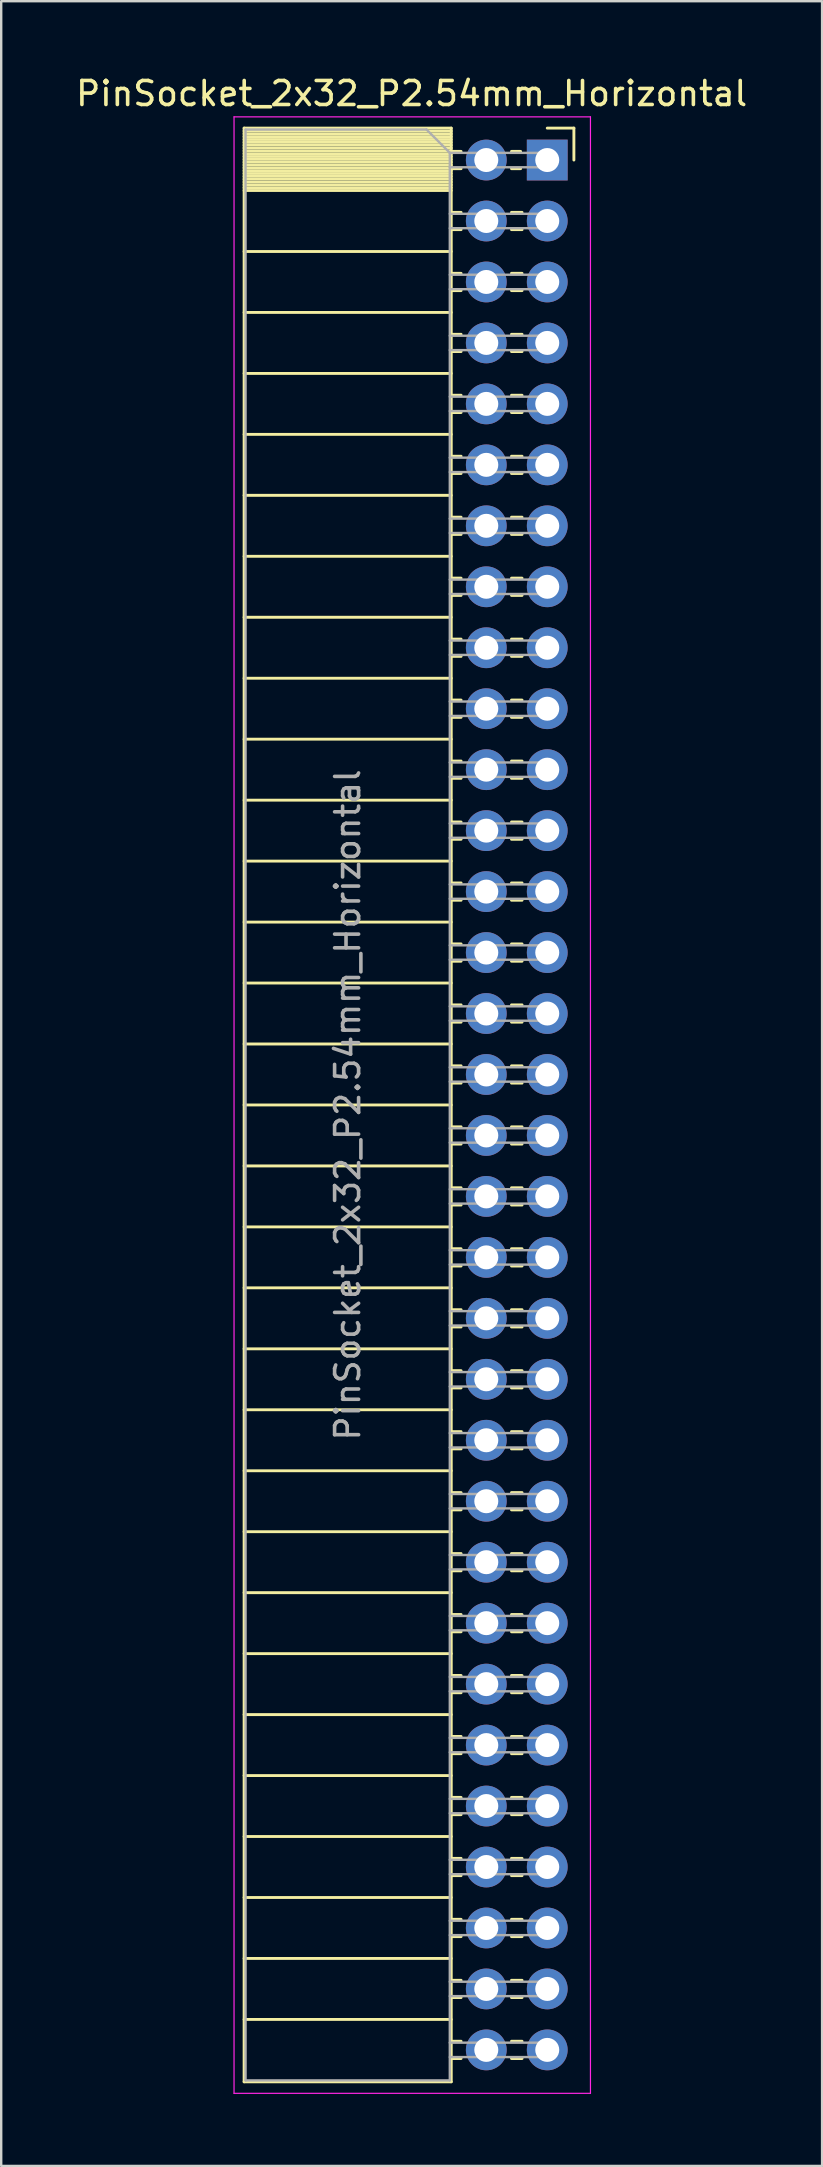
<source format=kicad_pcb>
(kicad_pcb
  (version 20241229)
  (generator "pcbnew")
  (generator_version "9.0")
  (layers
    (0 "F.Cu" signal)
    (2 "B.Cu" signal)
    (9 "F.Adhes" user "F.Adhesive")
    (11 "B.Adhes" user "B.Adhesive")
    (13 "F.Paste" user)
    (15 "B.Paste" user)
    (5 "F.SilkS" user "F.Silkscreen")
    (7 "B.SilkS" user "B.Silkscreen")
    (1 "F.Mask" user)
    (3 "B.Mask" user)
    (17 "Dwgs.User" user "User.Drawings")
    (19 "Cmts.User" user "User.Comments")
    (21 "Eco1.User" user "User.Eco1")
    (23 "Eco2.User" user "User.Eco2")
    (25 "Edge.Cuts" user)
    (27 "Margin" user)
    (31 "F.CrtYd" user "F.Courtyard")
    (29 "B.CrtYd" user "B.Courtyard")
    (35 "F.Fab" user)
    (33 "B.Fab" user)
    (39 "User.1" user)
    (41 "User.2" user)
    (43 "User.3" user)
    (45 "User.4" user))
  (footprint "PinSocket_2x32_P2.54mm_Horizontal"
    (layer "F.Cu")
    (at 19.751 3.618)
    (property "Reference" "PinSocket_2x32_P2.54mm_Horizontal" (at -5.65 -2.77 0) (layer "F.SilkS") (effects (font (size 1 1) (thickness 0.15))))
    (attr through_hole)
    (fp_line (start -12.63 -1.33) (end -12.63 80.07) (stroke (width 0.12) (type solid)) (layer "F.SilkS"))
    (fp_line (start -12.63 -1.33) (end -4 -1.33) (stroke (width 0.12) (type solid)) (layer "F.SilkS"))
    (fp_line (start -12.63 -1.21) (end -4 -1.21) (stroke (width 0.12) (type solid)) (layer "F.SilkS"))
    (fp_line (start -12.63 -1.092) (end -4 -1.092) (stroke (width 0.12) (type solid)) (layer "F.SilkS"))
    (fp_line (start -12.63 -0.974) (end -4 -0.974) (stroke (width 0.12) (type solid)) (layer "F.SilkS"))
    (fp_line (start -12.63 -0.856) (end -4 -0.856) (stroke (width 0.12) (type solid)) (layer "F.SilkS"))
    (fp_line (start -12.63 -0.738) (end -4 -0.738) (stroke (width 0.12) (type solid)) (layer "F.SilkS"))
    (fp_line (start -12.63 -0.62) (end -4 -0.62) (stroke (width 0.12) (type solid)) (layer "F.SilkS"))
    (fp_line (start -12.63 -0.501) (end -4 -0.501) (stroke (width 0.12) (type solid)) (layer "F.SilkS"))
    (fp_line (start -12.63 -0.383) (end -4 -0.383) (stroke (width 0.12) (type solid)) (layer "F.SilkS"))
    (fp_line (start -12.63 -0.265) (end -4 -0.265) (stroke (width 0.12) (type solid)) (layer "F.SilkS"))
    (fp_line (start -12.63 -0.147) (end -4 -0.147) (stroke (width 0.12) (type solid)) (layer "F.SilkS"))
    (fp_line (start -12.63 -0.029) (end -4 -0.029) (stroke (width 0.12) (type solid)) (layer "F.SilkS"))
    (fp_line (start -12.63 0.089) (end -4 0.089) (stroke (width 0.12) (type solid)) (layer "F.SilkS"))
    (fp_line (start -12.63 0.207) (end -4 0.207) (stroke (width 0.12) (type solid)) (layer "F.SilkS"))
    (fp_line (start -12.63 0.325) (end -4 0.325) (stroke (width 0.12) (type solid)) (layer "F.SilkS"))
    (fp_line (start -12.63 0.443) (end -4 0.443) (stroke (width 0.12) (type solid)) (layer "F.SilkS"))
    (fp_line (start -12.63 0.561) (end -4 0.561) (stroke (width 0.12) (type solid)) (layer "F.SilkS"))
    (fp_line (start -12.63 0.68) (end -4 0.68) (stroke (width 0.12) (type solid)) (layer "F.SilkS"))
    (fp_line (start -12.63 0.798) (end -4 0.798) (stroke (width 0.12) (type solid)) (layer "F.SilkS"))
    (fp_line (start -12.63 0.916) (end -4 0.916) (stroke (width 0.12) (type solid)) (layer "F.SilkS"))
    (fp_line (start -12.63 1.034) (end -4 1.034) (stroke (width 0.12) (type solid)) (layer "F.SilkS"))
    (fp_line (start -12.63 1.152) (end -4 1.152) (stroke (width 0.12) (type solid)) (layer "F.SilkS"))
    (fp_line (start -12.63 1.27) (end -4 1.27) (stroke (width 0.12) (type solid)) (layer "F.SilkS"))
    (fp_line (start -12.63 3.81) (end -4 3.81) (stroke (width 0.12) (type solid)) (layer "F.SilkS"))
    (fp_line (start -12.63 6.35) (end -4 6.35) (stroke (width 0.12) (type solid)) (layer "F.SilkS"))
    (fp_line (start -12.63 8.89) (end -4 8.89) (stroke (width 0.12) (type solid)) (layer "F.SilkS"))
    (fp_line (start -12.63 11.43) (end -4 11.43) (stroke (width 0.12) (type solid)) (layer "F.SilkS"))
    (fp_line (start -12.63 13.97) (end -4 13.97) (stroke (width 0.12) (type solid)) (layer "F.SilkS"))
    (fp_line (start -12.63 16.51) (end -4 16.51) (stroke (width 0.12) (type solid)) (layer "F.SilkS"))
    (fp_line (start -12.63 19.05) (end -4 19.05) (stroke (width 0.12) (type solid)) (layer "F.SilkS"))
    (fp_line (start -12.63 21.59) (end -4 21.59) (stroke (width 0.12) (type solid)) (layer "F.SilkS"))
    (fp_line (start -12.63 24.13) (end -4 24.13) (stroke (width 0.12) (type solid)) (layer "F.SilkS"))
    (fp_line (start -12.63 26.67) (end -4 26.67) (stroke (width 0.12) (type solid)) (layer "F.SilkS"))
    (fp_line (start -12.63 29.21) (end -4 29.21) (stroke (width 0.12) (type solid)) (layer "F.SilkS"))
    (fp_line (start -12.63 31.75) (end -4 31.75) (stroke (width 0.12) (type solid)) (layer "F.SilkS"))
    (fp_line (start -12.63 34.29) (end -4 34.29) (stroke (width 0.12) (type solid)) (layer "F.SilkS"))
    (fp_line (start -12.63 36.83) (end -4 36.83) (stroke (width 0.12) (type solid)) (layer "F.SilkS"))
    (fp_line (start -12.63 39.37) (end -4 39.37) (stroke (width 0.12) (type solid)) (layer "F.SilkS"))
    (fp_line (start -12.63 41.91) (end -4 41.91) (stroke (width 0.12) (type solid)) (layer "F.SilkS"))
    (fp_line (start -12.63 44.45) (end -4 44.45) (stroke (width 0.12) (type solid)) (layer "F.SilkS"))
    (fp_line (start -12.63 46.99) (end -4 46.99) (stroke (width 0.12) (type solid)) (layer "F.SilkS"))
    (fp_line (start -12.63 49.53) (end -4 49.53) (stroke (width 0.12) (type solid)) (layer "F.SilkS"))
    (fp_line (start -12.63 52.07) (end -4 52.07) (stroke (width 0.12) (type solid)) (layer "F.SilkS"))
    (fp_line (start -12.63 54.61) (end -4 54.61) (stroke (width 0.12) (type solid)) (layer "F.SilkS"))
    (fp_line (start -12.63 57.15) (end -4 57.15) (stroke (width 0.12) (type solid)) (layer "F.SilkS"))
    (fp_line (start -12.63 59.69) (end -4 59.69) (stroke (width 0.12) (type solid)) (layer "F.SilkS"))
    (fp_line (start -12.63 62.23) (end -4 62.23) (stroke (width 0.12) (type solid)) (layer "F.SilkS"))
    (fp_line (start -12.63 64.77) (end -4 64.77) (stroke (width 0.12) (type solid)) (layer "F.SilkS"))
    (fp_line (start -12.63 67.31) (end -4 67.31) (stroke (width 0.12) (type solid)) (layer "F.SilkS"))
    (fp_line (start -12.63 69.85) (end -4 69.85) (stroke (width 0.12) (type solid)) (layer "F.SilkS"))
    (fp_line (start -12.63 72.39) (end -4 72.39) (stroke (width 0.12) (type solid)) (layer "F.SilkS"))
    (fp_line (start -12.63 74.93) (end -4 74.93) (stroke (width 0.12) (type solid)) (layer "F.SilkS"))
    (fp_line (start -12.63 77.47) (end -4 77.47) (stroke (width 0.12) (type solid)) (layer "F.SilkS"))
    (fp_line (start -12.63 80.07) (end -4 80.07) (stroke (width 0.12) (type solid)) (layer "F.SilkS"))
    (fp_line (start -4 -1.33) (end -4 80.07) (stroke (width 0.12) (type solid)) (layer "F.SilkS"))
    (fp_line (start -4 -0.36) (end -3.59 -0.36) (stroke (width 0.12) (type solid)) (layer "F.SilkS"))
    (fp_line (start -4 0.36) (end -3.59 0.36) (stroke (width 0.12) (type solid)) (layer "F.SilkS"))
    (fp_line (start -4 2.18) (end -3.59 2.18) (stroke (width 0.12) (type solid)) (layer "F.SilkS"))
    (fp_line (start -4 2.9) (end -3.59 2.9) (stroke (width 0.12) (type solid)) (layer "F.SilkS"))
    (fp_line (start -4 4.72) (end -3.59 4.72) (stroke (width 0.12) (type solid)) (layer "F.SilkS"))
    (fp_line (start -4 5.44) (end -3.59 5.44) (stroke (width 0.12) (type solid)) (layer "F.SilkS"))
    (fp_line (start -4 7.26) (end -3.59 7.26) (stroke (width 0.12) (type solid)) (layer "F.SilkS"))
    (fp_line (start -4 7.98) (end -3.59 7.98) (stroke (width 0.12) (type solid)) (layer "F.SilkS"))
    (fp_line (start -4 9.8) (end -3.59 9.8) (stroke (width 0.12) (type solid)) (layer "F.SilkS"))
    (fp_line (start -4 10.52) (end -3.59 10.52) (stroke (width 0.12) (type solid)) (layer "F.SilkS"))
    (fp_line (start -4 12.34) (end -3.59 12.34) (stroke (width 0.12) (type solid)) (layer "F.SilkS"))
    (fp_line (start -4 13.06) (end -3.59 13.06) (stroke (width 0.12) (type solid)) (layer "F.SilkS"))
    (fp_line (start -4 14.88) (end -3.59 14.88) (stroke (width 0.12) (type solid)) (layer "F.SilkS"))
    (fp_line (start -4 15.6) (end -3.59 15.6) (stroke (width 0.12) (type solid)) (layer "F.SilkS"))
    (fp_line (start -4 17.42) (end -3.59 17.42) (stroke (width 0.12) (type solid)) (layer "F.SilkS"))
    (fp_line (start -4 18.14) (end -3.59 18.14) (stroke (width 0.12) (type solid)) (layer "F.SilkS"))
    (fp_line (start -4 19.96) (end -3.59 19.96) (stroke (width 0.12) (type solid)) (layer "F.SilkS"))
    (fp_line (start -4 20.68) (end -3.59 20.68) (stroke (width 0.12) (type solid)) (layer "F.SilkS"))
    (fp_line (start -4 22.5) (end -3.59 22.5) (stroke (width 0.12) (type solid)) (layer "F.SilkS"))
    (fp_line (start -4 23.22) (end -3.59 23.22) (stroke (width 0.12) (type solid)) (layer "F.SilkS"))
    (fp_line (start -4 25.04) (end -3.59 25.04) (stroke (width 0.12) (type solid)) (layer "F.SilkS"))
    (fp_line (start -4 25.76) (end -3.59 25.76) (stroke (width 0.12) (type solid)) (layer "F.SilkS"))
    (fp_line (start -4 27.58) (end -3.59 27.58) (stroke (width 0.12) (type solid)) (layer "F.SilkS"))
    (fp_line (start -4 28.3) (end -3.59 28.3) (stroke (width 0.12) (type solid)) (layer "F.SilkS"))
    (fp_line (start -4 30.12) (end -3.59 30.12) (stroke (width 0.12) (type solid)) (layer "F.SilkS"))
    (fp_line (start -4 30.84) (end -3.59 30.84) (stroke (width 0.12) (type solid)) (layer "F.SilkS"))
    (fp_line (start -4 32.66) (end -3.59 32.66) (stroke (width 0.12) (type solid)) (layer "F.SilkS"))
    (fp_line (start -4 33.38) (end -3.59 33.38) (stroke (width 0.12) (type solid)) (layer "F.SilkS"))
    (fp_line (start -4 35.2) (end -3.59 35.2) (stroke (width 0.12) (type solid)) (layer "F.SilkS"))
    (fp_line (start -4 35.92) (end -3.59 35.92) (stroke (width 0.12) (type solid)) (layer "F.SilkS"))
    (fp_line (start -4 37.74) (end -3.59 37.74) (stroke (width 0.12) (type solid)) (layer "F.SilkS"))
    (fp_line (start -4 38.46) (end -3.59 38.46) (stroke (width 0.12) (type solid)) (layer "F.SilkS"))
    (fp_line (start -4 40.28) (end -3.59 40.28) (stroke (width 0.12) (type solid)) (layer "F.SilkS"))
    (fp_line (start -4 41) (end -3.59 41) (stroke (width 0.12) (type solid)) (layer "F.SilkS"))
    (fp_line (start -4 42.82) (end -3.59 42.82) (stroke (width 0.12) (type solid)) (layer "F.SilkS"))
    (fp_line (start -4 43.54) (end -3.59 43.54) (stroke (width 0.12) (type solid)) (layer "F.SilkS"))
    (fp_line (start -4 45.36) (end -3.59 45.36) (stroke (width 0.12) (type solid)) (layer "F.SilkS"))
    (fp_line (start -4 46.08) (end -3.59 46.08) (stroke (width 0.12) (type solid)) (layer "F.SilkS"))
    (fp_line (start -4 47.9) (end -3.59 47.9) (stroke (width 0.12) (type solid)) (layer "F.SilkS"))
    (fp_line (start -4 48.62) (end -3.59 48.62) (stroke (width 0.12) (type solid)) (layer "F.SilkS"))
    (fp_line (start -4 50.44) (end -3.59 50.44) (stroke (width 0.12) (type solid)) (layer "F.SilkS"))
    (fp_line (start -4 51.16) (end -3.59 51.16) (stroke (width 0.12) (type solid)) (layer "F.SilkS"))
    (fp_line (start -4 52.98) (end -3.59 52.98) (stroke (width 0.12) (type solid)) (layer "F.SilkS"))
    (fp_line (start -4 53.7) (end -3.59 53.7) (stroke (width 0.12) (type solid)) (layer "F.SilkS"))
    (fp_line (start -4 55.52) (end -3.59 55.52) (stroke (width 0.12) (type solid)) (layer "F.SilkS"))
    (fp_line (start -4 56.24) (end -3.59 56.24) (stroke (width 0.12) (type solid)) (layer "F.SilkS"))
    (fp_line (start -4 58.06) (end -3.59 58.06) (stroke (width 0.12) (type solid)) (layer "F.SilkS"))
    (fp_line (start -4 58.78) (end -3.59 58.78) (stroke (width 0.12) (type solid)) (layer "F.SilkS"))
    (fp_line (start -4 60.6) (end -3.59 60.6) (stroke (width 0.12) (type solid)) (layer "F.SilkS"))
    (fp_line (start -4 61.32) (end -3.59 61.32) (stroke (width 0.12) (type solid)) (layer "F.SilkS"))
    (fp_line (start -4 63.14) (end -3.59 63.14) (stroke (width 0.12) (type solid)) (layer "F.SilkS"))
    (fp_line (start -4 63.86) (end -3.59 63.86) (stroke (width 0.12) (type solid)) (layer "F.SilkS"))
    (fp_line (start -4 65.68) (end -3.59 65.68) (stroke (width 0.12) (type solid)) (layer "F.SilkS"))
    (fp_line (start -4 66.4) (end -3.59 66.4) (stroke (width 0.12) (type solid)) (layer "F.SilkS"))
    (fp_line (start -4 68.22) (end -3.59 68.22) (stroke (width 0.12) (type solid)) (layer "F.SilkS"))
    (fp_line (start -4 68.94) (end -3.59 68.94) (stroke (width 0.12) (type solid)) (layer "F.SilkS"))
    (fp_line (start -4 70.76) (end -3.59 70.76) (stroke (width 0.12) (type solid)) (layer "F.SilkS"))
    (fp_line (start -4 71.48) (end -3.59 71.48) (stroke (width 0.12) (type solid)) (layer "F.SilkS"))
    (fp_line (start -4 73.3) (end -3.59 73.3) (stroke (width 0.12) (type solid)) (layer "F.SilkS"))
    (fp_line (start -4 74.02) (end -3.59 74.02) (stroke (width 0.12) (type solid)) (layer "F.SilkS"))
    (fp_line (start -4 75.84) (end -3.59 75.84) (stroke (width 0.12) (type solid)) (layer "F.SilkS"))
    (fp_line (start -4 76.56) (end -3.59 76.56) (stroke (width 0.12) (type solid)) (layer "F.SilkS"))
    (fp_line (start -4 78.38) (end -3.59 78.38) (stroke (width 0.12) (type solid)) (layer "F.SilkS"))
    (fp_line (start -4 79.1) (end -3.59 79.1) (stroke (width 0.12) (type solid)) (layer "F.SilkS"))
    (fp_line (start -1.49 -0.36) (end -1.11 -0.36) (stroke (width 0.12) (type solid)) (layer "F.SilkS"))
    (fp_line (start -1.49 0.36) (end -1.11 0.36) (stroke (width 0.12) (type solid)) (layer "F.SilkS"))
    (fp_line (start -1.49 2.18) (end -1.05 2.18) (stroke (width 0.12) (type solid)) (layer "F.SilkS"))
    (fp_line (start -1.49 2.9) (end -1.05 2.9) (stroke (width 0.12) (type solid)) (layer "F.SilkS"))
    (fp_line (start -1.49 4.72) (end -1.05 4.72) (stroke (width 0.12) (type solid)) (layer "F.SilkS"))
    (fp_line (start -1.49 5.44) (end -1.05 5.44) (stroke (width 0.12) (type solid)) (layer "F.SilkS"))
    (fp_line (start -1.49 7.26) (end -1.05 7.26) (stroke (width 0.12) (type solid)) (layer "F.SilkS"))
    (fp_line (start -1.49 7.98) (end -1.05 7.98) (stroke (width 0.12) (type solid)) (layer "F.SilkS"))
    (fp_line (start -1.49 9.8) (end -1.05 9.8) (stroke (width 0.12) (type solid)) (layer "F.SilkS"))
    (fp_line (start -1.49 10.52) (end -1.05 10.52) (stroke (width 0.12) (type solid)) (layer "F.SilkS"))
    (fp_line (start -1.49 12.34) (end -1.05 12.34) (stroke (width 0.12) (type solid)) (layer "F.SilkS"))
    (fp_line (start -1.49 13.06) (end -1.05 13.06) (stroke (width 0.12) (type solid)) (layer "F.SilkS"))
    (fp_line (start -1.49 14.88) (end -1.05 14.88) (stroke (width 0.12) (type solid)) (layer "F.SilkS"))
    (fp_line (start -1.49 15.6) (end -1.05 15.6) (stroke (width 0.12) (type solid)) (layer "F.SilkS"))
    (fp_line (start -1.49 17.42) (end -1.05 17.42) (stroke (width 0.12) (type solid)) (layer "F.SilkS"))
    (fp_line (start -1.49 18.14) (end -1.05 18.14) (stroke (width 0.12) (type solid)) (layer "F.SilkS"))
    (fp_line (start -1.49 19.96) (end -1.05 19.96) (stroke (width 0.12) (type solid)) (layer "F.SilkS"))
    (fp_line (start -1.49 20.68) (end -1.05 20.68) (stroke (width 0.12) (type solid)) (layer "F.SilkS"))
    (fp_line (start -1.49 22.5) (end -1.05 22.5) (stroke (width 0.12) (type solid)) (layer "F.SilkS"))
    (fp_line (start -1.49 23.22) (end -1.05 23.22) (stroke (width 0.12) (type solid)) (layer "F.SilkS"))
    (fp_line (start -1.49 25.04) (end -1.05 25.04) (stroke (width 0.12) (type solid)) (layer "F.SilkS"))
    (fp_line (start -1.49 25.76) (end -1.05 25.76) (stroke (width 0.12) (type solid)) (layer "F.SilkS"))
    (fp_line (start -1.49 27.58) (end -1.05 27.58) (stroke (width 0.12) (type solid)) (layer "F.SilkS"))
    (fp_line (start -1.49 28.3) (end -1.05 28.3) (stroke (width 0.12) (type solid)) (layer "F.SilkS"))
    (fp_line (start -1.49 30.12) (end -1.05 30.12) (stroke (width 0.12) (type solid)) (layer "F.SilkS"))
    (fp_line (start -1.49 30.84) (end -1.05 30.84) (stroke (width 0.12) (type solid)) (layer "F.SilkS"))
    (fp_line (start -1.49 32.66) (end -1.05 32.66) (stroke (width 0.12) (type solid)) (layer "F.SilkS"))
    (fp_line (start -1.49 33.38) (end -1.05 33.38) (stroke (width 0.12) (type solid)) (layer "F.SilkS"))
    (fp_line (start -1.49 35.2) (end -1.05 35.2) (stroke (width 0.12) (type solid)) (layer "F.SilkS"))
    (fp_line (start -1.49 35.92) (end -1.05 35.92) (stroke (width 0.12) (type solid)) (layer "F.SilkS"))
    (fp_line (start -1.49 37.74) (end -1.05 37.74) (stroke (width 0.12) (type solid)) (layer "F.SilkS"))
    (fp_line (start -1.49 38.46) (end -1.05 38.46) (stroke (width 0.12) (type solid)) (layer "F.SilkS"))
    (fp_line (start -1.49 40.28) (end -1.05 40.28) (stroke (width 0.12) (type solid)) (layer "F.SilkS"))
    (fp_line (start -1.49 41) (end -1.05 41) (stroke (width 0.12) (type solid)) (layer "F.SilkS"))
    (fp_line (start -1.49 42.82) (end -1.05 42.82) (stroke (width 0.12) (type solid)) (layer "F.SilkS"))
    (fp_line (start -1.49 43.54) (end -1.05 43.54) (stroke (width 0.12) (type solid)) (layer "F.SilkS"))
    (fp_line (start -1.49 45.36) (end -1.05 45.36) (stroke (width 0.12) (type solid)) (layer "F.SilkS"))
    (fp_line (start -1.49 46.08) (end -1.05 46.08) (stroke (width 0.12) (type solid)) (layer "F.SilkS"))
    (fp_line (start -1.49 47.9) (end -1.05 47.9) (stroke (width 0.12) (type solid)) (layer "F.SilkS"))
    (fp_line (start -1.49 48.62) (end -1.05 48.62) (stroke (width 0.12) (type solid)) (layer "F.SilkS"))
    (fp_line (start -1.49 50.44) (end -1.05 50.44) (stroke (width 0.12) (type solid)) (layer "F.SilkS"))
    (fp_line (start -1.49 51.16) (end -1.05 51.16) (stroke (width 0.12) (type solid)) (layer "F.SilkS"))
    (fp_line (start -1.49 52.98) (end -1.05 52.98) (stroke (width 0.12) (type solid)) (layer "F.SilkS"))
    (fp_line (start -1.49 53.7) (end -1.05 53.7) (stroke (width 0.12) (type solid)) (layer "F.SilkS"))
    (fp_line (start -1.49 55.52) (end -1.05 55.52) (stroke (width 0.12) (type solid)) (layer "F.SilkS"))
    (fp_line (start -1.49 56.24) (end -1.05 56.24) (stroke (width 0.12) (type solid)) (layer "F.SilkS"))
    (fp_line (start -1.49 58.06) (end -1.05 58.06) (stroke (width 0.12) (type solid)) (layer "F.SilkS"))
    (fp_line (start -1.49 58.78) (end -1.05 58.78) (stroke (width 0.12) (type solid)) (layer "F.SilkS"))
    (fp_line (start -1.49 60.6) (end -1.05 60.6) (stroke (width 0.12) (type solid)) (layer "F.SilkS"))
    (fp_line (start -1.49 61.32) (end -1.05 61.32) (stroke (width 0.12) (type solid)) (layer "F.SilkS"))
    (fp_line (start -1.49 63.14) (end -1.05 63.14) (stroke (width 0.12) (type solid)) (layer "F.SilkS"))
    (fp_line (start -1.49 63.86) (end -1.05 63.86) (stroke (width 0.12) (type solid)) (layer "F.SilkS"))
    (fp_line (start -1.49 65.68) (end -1.05 65.68) (stroke (width 0.12) (type solid)) (layer "F.SilkS"))
    (fp_line (start -1.49 66.4) (end -1.05 66.4) (stroke (width 0.12) (type solid)) (layer "F.SilkS"))
    (fp_line (start -1.49 68.22) (end -1.05 68.22) (stroke (width 0.12) (type solid)) (layer "F.SilkS"))
    (fp_line (start -1.49 68.94) (end -1.05 68.94) (stroke (width 0.12) (type solid)) (layer "F.SilkS"))
    (fp_line (start -1.49 70.76) (end -1.05 70.76) (stroke (width 0.12) (type solid)) (layer "F.SilkS"))
    (fp_line (start -1.49 71.48) (end -1.05 71.48) (stroke (width 0.12) (type solid)) (layer "F.SilkS"))
    (fp_line (start -1.49 73.3) (end -1.05 73.3) (stroke (width 0.12) (type solid)) (layer "F.SilkS"))
    (fp_line (start -1.49 74.02) (end -1.05 74.02) (stroke (width 0.12) (type solid)) (layer "F.SilkS"))
    (fp_line (start -1.49 75.84) (end -1.05 75.84) (stroke (width 0.12) (type solid)) (layer "F.SilkS"))
    (fp_line (start -1.49 76.56) (end -1.05 76.56) (stroke (width 0.12) (type solid)) (layer "F.SilkS"))
    (fp_line (start -1.49 78.38) (end -1.05 78.38) (stroke (width 0.12) (type solid)) (layer "F.SilkS"))
    (fp_line (start -1.49 79.1) (end -1.05 79.1) (stroke (width 0.12) (type solid)) (layer "F.SilkS"))
    (fp_line (start 0 -1.33) (end 1.11 -1.33) (stroke (width 0.12) (type solid)) (layer "F.SilkS"))
    (fp_line (start 1.11 -1.33) (end 1.11 0) (stroke (width 0.12) (type solid)) (layer "F.SilkS"))
    (fp_line (start -13.05 -1.8) (end -13.05 80.55) (stroke (width 0.05) (type solid)) (layer "F.CrtYd"))
    (fp_line (start -13.05 80.55) (end 1.8 80.55) (stroke (width 0.05) (type solid)) (layer "F.CrtYd"))
    (fp_line (start 1.8 -1.8) (end -13.05 -1.8) (stroke (width 0.05) (type solid)) (layer "F.CrtYd"))
    (fp_line (start 1.8 80.55) (end 1.8 -1.8) (stroke (width 0.05) (type solid)) (layer "F.CrtYd"))
    (fp_line (start -12.57 -1.27) (end -5.03 -1.27) (stroke (width 0.1) (type solid)) (layer "F.Fab"))
    (fp_line (start -12.57 80.01) (end -12.57 -1.27) (stroke (width 0.1) (type solid)) (layer "F.Fab"))
    (fp_line (start -5.03 -1.27) (end -4.06 -0.3) (stroke (width 0.1) (type solid)) (layer "F.Fab"))
    (fp_line (start -4.06 -0.3) (end -4.06 80.01) (stroke (width 0.1) (type solid)) (layer "F.Fab"))
    (fp_line (start -4.06 0.3) (end 0 0.3) (stroke (width 0.1) (type solid)) (layer "F.Fab"))
    (fp_line (start -4.06 2.84) (end 0 2.84) (stroke (width 0.1) (type solid)) (layer "F.Fab"))
    (fp_line (start -4.06 5.38) (end 0 5.38) (stroke (width 0.1) (type solid)) (layer "F.Fab"))
    (fp_line (start -4.06 7.92) (end 0 7.92) (stroke (width 0.1) (type solid)) (layer "F.Fab"))
    (fp_line (start -4.06 10.46) (end 0 10.46) (stroke (width 0.1) (type solid)) (layer "F.Fab"))
    (fp_line (start -4.06 13) (end 0 13) (stroke (width 0.1) (type solid)) (layer "F.Fab"))
    (fp_line (start -4.06 15.54) (end 0 15.54) (stroke (width 0.1) (type solid)) (layer "F.Fab"))
    (fp_line (start -4.06 18.08) (end 0 18.08) (stroke (width 0.1) (type solid)) (layer "F.Fab"))
    (fp_line (start -4.06 20.62) (end 0 20.62) (stroke (width 0.1) (type solid)) (layer "F.Fab"))
    (fp_line (start -4.06 23.16) (end 0 23.16) (stroke (width 0.1) (type solid)) (layer "F.Fab"))
    (fp_line (start -4.06 25.7) (end 0 25.7) (stroke (width 0.1) (type solid)) (layer "F.Fab"))
    (fp_line (start -4.06 28.24) (end 0 28.24) (stroke (width 0.1) (type solid)) (layer "F.Fab"))
    (fp_line (start -4.06 30.78) (end 0 30.78) (stroke (width 0.1) (type solid)) (layer "F.Fab"))
    (fp_line (start -4.06 33.32) (end 0 33.32) (stroke (width 0.1) (type solid)) (layer "F.Fab"))
    (fp_line (start -4.06 35.86) (end 0 35.86) (stroke (width 0.1) (type solid)) (layer "F.Fab"))
    (fp_line (start -4.06 38.4) (end 0 38.4) (stroke (width 0.1) (type solid)) (layer "F.Fab"))
    (fp_line (start -4.06 40.94) (end 0 40.94) (stroke (width 0.1) (type solid)) (layer "F.Fab"))
    (fp_line (start -4.06 43.48) (end 0 43.48) (stroke (width 0.1) (type solid)) (layer "F.Fab"))
    (fp_line (start -4.06 46.02) (end 0 46.02) (stroke (width 0.1) (type solid)) (layer "F.Fab"))
    (fp_line (start -4.06 48.56) (end 0 48.56) (stroke (width 0.1) (type solid)) (layer "F.Fab"))
    (fp_line (start -4.06 51.1) (end 0 51.1) (stroke (width 0.1) (type solid)) (layer "F.Fab"))
    (fp_line (start -4.06 53.64) (end 0 53.64) (stroke (width 0.1) (type solid)) (layer "F.Fab"))
    (fp_line (start -4.06 56.18) (end 0 56.18) (stroke (width 0.1) (type solid)) (layer "F.Fab"))
    (fp_line (start -4.06 58.72) (end 0 58.72) (stroke (width 0.1) (type solid)) (layer "F.Fab"))
    (fp_line (start -4.06 61.26) (end 0 61.26) (stroke (width 0.1) (type solid)) (layer "F.Fab"))
    (fp_line (start -4.06 63.8) (end 0 63.8) (stroke (width 0.1) (type solid)) (layer "F.Fab"))
    (fp_line (start -4.06 66.34) (end 0 66.34) (stroke (width 0.1) (type solid)) (layer "F.Fab"))
    (fp_line (start -4.06 68.88) (end 0 68.88) (stroke (width 0.1) (type solid)) (layer "F.Fab"))
    (fp_line (start -4.06 71.42) (end 0 71.42) (stroke (width 0.1) (type solid)) (layer "F.Fab"))
    (fp_line (start -4.06 73.96) (end 0 73.96) (stroke (width 0.1) (type solid)) (layer "F.Fab"))
    (fp_line (start -4.06 76.5) (end 0 76.5) (stroke (width 0.1) (type solid)) (layer "F.Fab"))
    (fp_line (start -4.06 79.04) (end 0 79.04) (stroke (width 0.1) (type solid)) (layer "F.Fab"))
    (fp_line (start -4.06 80.01) (end -12.57 80.01) (stroke (width 0.1) (type solid)) (layer "F.Fab"))
    (fp_line (start 0 -0.3) (end -4.06 -0.3) (stroke (width 0.1) (type solid)) (layer "F.Fab"))
    (fp_line (start 0 0.3) (end 0 -0.3) (stroke (width 0.1) (type solid)) (layer "F.Fab"))
    (fp_line (start 0 2.24) (end -4.06 2.24) (stroke (width 0.1) (type solid)) (layer "F.Fab"))
    (fp_line (start 0 2.84) (end 0 2.24) (stroke (width 0.1) (type solid)) (layer "F.Fab"))
    (fp_line (start 0 4.78) (end -4.06 4.78) (stroke (width 0.1) (type solid)) (layer "F.Fab"))
    (fp_line (start 0 5.38) (end 0 4.78) (stroke (width 0.1) (type solid)) (layer "F.Fab"))
    (fp_line (start 0 7.32) (end -4.06 7.32) (stroke (width 0.1) (type solid)) (layer "F.Fab"))
    (fp_line (start 0 7.92) (end 0 7.32) (stroke (width 0.1) (type solid)) (layer "F.Fab"))
    (fp_line (start 0 9.86) (end -4.06 9.86) (stroke (width 0.1) (type solid)) (layer "F.Fab"))
    (fp_line (start 0 10.46) (end 0 9.86) (stroke (width 0.1) (type solid)) (layer "F.Fab"))
    (fp_line (start 0 12.4) (end -4.06 12.4) (stroke (width 0.1) (type solid)) (layer "F.Fab"))
    (fp_line (start 0 13) (end 0 12.4) (stroke (width 0.1) (type solid)) (layer "F.Fab"))
    (fp_line (start 0 14.94) (end -4.06 14.94) (stroke (width 0.1) (type solid)) (layer "F.Fab"))
    (fp_line (start 0 15.54) (end 0 14.94) (stroke (width 0.1) (type solid)) (layer "F.Fab"))
    (fp_line (start 0 17.48) (end -4.06 17.48) (stroke (width 0.1) (type solid)) (layer "F.Fab"))
    (fp_line (start 0 18.08) (end 0 17.48) (stroke (width 0.1) (type solid)) (layer "F.Fab"))
    (fp_line (start 0 20.02) (end -4.06 20.02) (stroke (width 0.1) (type solid)) (layer "F.Fab"))
    (fp_line (start 0 20.62) (end 0 20.02) (stroke (width 0.1) (type solid)) (layer "F.Fab"))
    (fp_line (start 0 22.56) (end -4.06 22.56) (stroke (width 0.1) (type solid)) (layer "F.Fab"))
    (fp_line (start 0 23.16) (end 0 22.56) (stroke (width 0.1) (type solid)) (layer "F.Fab"))
    (fp_line (start 0 25.1) (end -4.06 25.1) (stroke (width 0.1) (type solid)) (layer "F.Fab"))
    (fp_line (start 0 25.7) (end 0 25.1) (stroke (width 0.1) (type solid)) (layer "F.Fab"))
    (fp_line (start 0 27.64) (end -4.06 27.64) (stroke (width 0.1) (type solid)) (layer "F.Fab"))
    (fp_line (start 0 28.24) (end 0 27.64) (stroke (width 0.1) (type solid)) (layer "F.Fab"))
    (fp_line (start 0 30.18) (end -4.06 30.18) (stroke (width 0.1) (type solid)) (layer "F.Fab"))
    (fp_line (start 0 30.78) (end 0 30.18) (stroke (width 0.1) (type solid)) (layer "F.Fab"))
    (fp_line (start 0 32.72) (end -4.06 32.72) (stroke (width 0.1) (type solid)) (layer "F.Fab"))
    (fp_line (start 0 33.32) (end 0 32.72) (stroke (width 0.1) (type solid)) (layer "F.Fab"))
    (fp_line (start 0 35.26) (end -4.06 35.26) (stroke (width 0.1) (type solid)) (layer "F.Fab"))
    (fp_line (start 0 35.86) (end 0 35.26) (stroke (width 0.1) (type solid)) (layer "F.Fab"))
    (fp_line (start 0 37.8) (end -4.06 37.8) (stroke (width 0.1) (type solid)) (layer "F.Fab"))
    (fp_line (start 0 38.4) (end 0 37.8) (stroke (width 0.1) (type solid)) (layer "F.Fab"))
    (fp_line (start 0 40.34) (end -4.06 40.34) (stroke (width 0.1) (type solid)) (layer "F.Fab"))
    (fp_line (start 0 40.94) (end 0 40.34) (stroke (width 0.1) (type solid)) (layer "F.Fab"))
    (fp_line (start 0 42.88) (end -4.06 42.88) (stroke (width 0.1) (type solid)) (layer "F.Fab"))
    (fp_line (start 0 43.48) (end 0 42.88) (stroke (width 0.1) (type solid)) (layer "F.Fab"))
    (fp_line (start 0 45.42) (end -4.06 45.42) (stroke (width 0.1) (type solid)) (layer "F.Fab"))
    (fp_line (start 0 46.02) (end 0 45.42) (stroke (width 0.1) (type solid)) (layer "F.Fab"))
    (fp_line (start 0 47.96) (end -4.06 47.96) (stroke (width 0.1) (type solid)) (layer "F.Fab"))
    (fp_line (start 0 48.56) (end 0 47.96) (stroke (width 0.1) (type solid)) (layer "F.Fab"))
    (fp_line (start 0 50.5) (end -4.06 50.5) (stroke (width 0.1) (type solid)) (layer "F.Fab"))
    (fp_line (start 0 51.1) (end 0 50.5) (stroke (width 0.1) (type solid)) (layer "F.Fab"))
    (fp_line (start 0 53.04) (end -4.06 53.04) (stroke (width 0.1) (type solid)) (layer "F.Fab"))
    (fp_line (start 0 53.64) (end 0 53.04) (stroke (width 0.1) (type solid)) (layer "F.Fab"))
    (fp_line (start 0 55.58) (end -4.06 55.58) (stroke (width 0.1) (type solid)) (layer "F.Fab"))
    (fp_line (start 0 56.18) (end 0 55.58) (stroke (width 0.1) (type solid)) (layer "F.Fab"))
    (fp_line (start 0 58.12) (end -4.06 58.12) (stroke (width 0.1) (type solid)) (layer "F.Fab"))
    (fp_line (start 0 58.72) (end 0 58.12) (stroke (width 0.1) (type solid)) (layer "F.Fab"))
    (fp_line (start 0 60.66) (end -4.06 60.66) (stroke (width 0.1) (type solid)) (layer "F.Fab"))
    (fp_line (start 0 61.26) (end 0 60.66) (stroke (width 0.1) (type solid)) (layer "F.Fab"))
    (fp_line (start 0 63.2) (end -4.06 63.2) (stroke (width 0.1) (type solid)) (layer "F.Fab"))
    (fp_line (start 0 63.8) (end 0 63.2) (stroke (width 0.1) (type solid)) (layer "F.Fab"))
    (fp_line (start 0 65.74) (end -4.06 65.74) (stroke (width 0.1) (type solid)) (layer "F.Fab"))
    (fp_line (start 0 66.34) (end 0 65.74) (stroke (width 0.1) (type solid)) (layer "F.Fab"))
    (fp_line (start 0 68.28) (end -4.06 68.28) (stroke (width 0.1) (type solid)) (layer "F.Fab"))
    (fp_line (start 0 68.88) (end 0 68.28) (stroke (width 0.1) (type solid)) (layer "F.Fab"))
    (fp_line (start 0 70.82) (end -4.06 70.82) (stroke (width 0.1) (type solid)) (layer "F.Fab"))
    (fp_line (start 0 71.42) (end 0 70.82) (stroke (width 0.1) (type solid)) (layer "F.Fab"))
    (fp_line (start 0 73.36) (end -4.06 73.36) (stroke (width 0.1) (type solid)) (layer "F.Fab"))
    (fp_line (start 0 73.96) (end 0 73.36) (stroke (width 0.1) (type solid)) (layer "F.Fab"))
    (fp_line (start 0 75.9) (end -4.06 75.9) (stroke (width 0.1) (type solid)) (layer "F.Fab"))
    (fp_line (start 0 76.5) (end 0 75.9) (stroke (width 0.1) (type solid)) (layer "F.Fab"))
    (fp_line (start 0 78.44) (end -4.06 78.44) (stroke (width 0.1) (type solid)) (layer "F.Fab"))
    (fp_line (start 0 79.04) (end 0 78.44) (stroke (width 0.1) (type solid)) (layer "F.Fab"))
    (fp_text user "${REFERENCE}" (at -8.315 39.37 90) (layer "F.Fab") (effects (font (size 1 1) (thickness 0.15))))
    (pad "1" thru_hole rect (at 0 0) (size 1.7 1.7) (drill 1) (layers "*.Cu" "*.Mask"))
    (pad "2" thru_hole oval (at -2.54 0) (size 1.7 1.7) (drill 1) (layers "*.Cu" "*.Mask"))
    (pad "3" thru_hole oval (at 0 2.54) (size 1.7 1.7) (drill 1) (layers "*.Cu" "*.Mask"))
    (pad "4" thru_hole oval (at -2.54 2.54) (size 1.7 1.7) (drill 1) (layers "*.Cu" "*.Mask"))
    (pad "5" thru_hole oval (at 0 5.08) (size 1.7 1.7) (drill 1) (layers "*.Cu" "*.Mask"))
    (pad "6" thru_hole oval (at -2.54 5.08) (size 1.7 1.7) (drill 1) (layers "*.Cu" "*.Mask"))
    (pad "7" thru_hole oval (at 0 7.62) (size 1.7 1.7) (drill 1) (layers "*.Cu" "*.Mask"))
    (pad "8" thru_hole oval (at -2.54 7.62) (size 1.7 1.7) (drill 1) (layers "*.Cu" "*.Mask"))
    (pad "9" thru_hole oval (at 0 10.16) (size 1.7 1.7) (drill 1) (layers "*.Cu" "*.Mask"))
    (pad "10" thru_hole oval (at -2.54 10.16) (size 1.7 1.7) (drill 1) (layers "*.Cu" "*.Mask"))
    (pad "11" thru_hole oval (at 0 12.7) (size 1.7 1.7) (drill 1) (layers "*.Cu" "*.Mask"))
    (pad "12" thru_hole oval (at -2.54 12.7) (size 1.7 1.7) (drill 1) (layers "*.Cu" "*.Mask"))
    (pad "13" thru_hole oval (at 0 15.24) (size 1.7 1.7) (drill 1) (layers "*.Cu" "*.Mask"))
    (pad "14" thru_hole oval (at -2.54 15.24) (size 1.7 1.7) (drill 1) (layers "*.Cu" "*.Mask"))
    (pad "15" thru_hole oval (at 0 17.78) (size 1.7 1.7) (drill 1) (layers "*.Cu" "*.Mask"))
    (pad "16" thru_hole oval (at -2.54 17.78) (size 1.7 1.7) (drill 1) (layers "*.Cu" "*.Mask"))
    (pad "17" thru_hole oval (at 0 20.32) (size 1.7 1.7) (drill 1) (layers "*.Cu" "*.Mask"))
    (pad "18" thru_hole oval (at -2.54 20.32) (size 1.7 1.7) (drill 1) (layers "*.Cu" "*.Mask"))
    (pad "19" thru_hole oval (at 0 22.86) (size 1.7 1.7) (drill 1) (layers "*.Cu" "*.Mask"))
    (pad "20" thru_hole oval (at -2.54 22.86) (size 1.7 1.7) (drill 1) (layers "*.Cu" "*.Mask"))
    (pad "21" thru_hole oval (at 0 25.4) (size 1.7 1.7) (drill 1) (layers "*.Cu" "*.Mask"))
    (pad "22" thru_hole oval (at -2.54 25.4) (size 1.7 1.7) (drill 1) (layers "*.Cu" "*.Mask"))
    (pad "23" thru_hole oval (at 0 27.94) (size 1.7 1.7) (drill 1) (layers "*.Cu" "*.Mask"))
    (pad "24" thru_hole oval (at -2.54 27.94) (size 1.7 1.7) (drill 1) (layers "*.Cu" "*.Mask"))
    (pad "25" thru_hole oval (at 0 30.48) (size 1.7 1.7) (drill 1) (layers "*.Cu" "*.Mask"))
    (pad "26" thru_hole oval (at -2.54 30.48) (size 1.7 1.7) (drill 1) (layers "*.Cu" "*.Mask"))
    (pad "27" thru_hole oval (at 0 33.02) (size 1.7 1.7) (drill 1) (layers "*.Cu" "*.Mask"))
    (pad "28" thru_hole oval (at -2.54 33.02) (size 1.7 1.7) (drill 1) (layers "*.Cu" "*.Mask"))
    (pad "29" thru_hole oval (at 0 35.56) (size 1.7 1.7) (drill 1) (layers "*.Cu" "*.Mask"))
    (pad "30" thru_hole oval (at -2.54 35.56) (size 1.7 1.7) (drill 1) (layers "*.Cu" "*.Mask"))
    (pad "31" thru_hole oval (at 0 38.1) (size 1.7 1.7) (drill 1) (layers "*.Cu" "*.Mask"))
    (pad "32" thru_hole oval (at -2.54 38.1) (size 1.7 1.7) (drill 1) (layers "*.Cu" "*.Mask"))
    (pad "33" thru_hole oval (at 0 40.64) (size 1.7 1.7) (drill 1) (layers "*.Cu" "*.Mask"))
    (pad "34" thru_hole oval (at -2.54 40.64) (size 1.7 1.7) (drill 1) (layers "*.Cu" "*.Mask"))
    (pad "35" thru_hole oval (at 0 43.18) (size 1.7 1.7) (drill 1) (layers "*.Cu" "*.Mask"))
    (pad "36" thru_hole oval (at -2.54 43.18) (size 1.7 1.7) (drill 1) (layers "*.Cu" "*.Mask"))
    (pad "37" thru_hole oval (at 0 45.72) (size 1.7 1.7) (drill 1) (layers "*.Cu" "*.Mask"))
    (pad "38" thru_hole oval (at -2.54 45.72) (size 1.7 1.7) (drill 1) (layers "*.Cu" "*.Mask"))
    (pad "39" thru_hole oval (at 0 48.26) (size 1.7 1.7) (drill 1) (layers "*.Cu" "*.Mask"))
    (pad "40" thru_hole oval (at -2.54 48.26) (size 1.7 1.7) (drill 1) (layers "*.Cu" "*.Mask"))
    (pad "41" thru_hole oval (at 0 50.8) (size 1.7 1.7) (drill 1) (layers "*.Cu" "*.Mask"))
    (pad "42" thru_hole oval (at -2.54 50.8) (size 1.7 1.7) (drill 1) (layers "*.Cu" "*.Mask"))
    (pad "43" thru_hole oval (at 0 53.34) (size 1.7 1.7) (drill 1) (layers "*.Cu" "*.Mask"))
    (pad "44" thru_hole oval (at -2.54 53.34) (size 1.7 1.7) (drill 1) (layers "*.Cu" "*.Mask"))
    (pad "45" thru_hole oval (at 0 55.88) (size 1.7 1.7) (drill 1) (layers "*.Cu" "*.Mask"))
    (pad "46" thru_hole oval (at -2.54 55.88) (size 1.7 1.7) (drill 1) (layers "*.Cu" "*.Mask"))
    (pad "47" thru_hole oval (at 0 58.42) (size 1.7 1.7) (drill 1) (layers "*.Cu" "*.Mask"))
    (pad "48" thru_hole oval (at -2.54 58.42) (size 1.7 1.7) (drill 1) (layers "*.Cu" "*.Mask"))
    (pad "49" thru_hole oval (at 0 60.96) (size 1.7 1.7) (drill 1) (layers "*.Cu" "*.Mask"))
    (pad "50" thru_hole oval (at -2.54 60.96) (size 1.7 1.7) (drill 1) (layers "*.Cu" "*.Mask"))
    (pad "51" thru_hole oval (at 0 63.5) (size 1.7 1.7) (drill 1) (layers "*.Cu" "*.Mask"))
    (pad "52" thru_hole oval (at -2.54 63.5) (size 1.7 1.7) (drill 1) (layers "*.Cu" "*.Mask"))
    (pad "53" thru_hole oval (at 0 66.04) (size 1.7 1.7) (drill 1) (layers "*.Cu" "*.Mask"))
    (pad "54" thru_hole oval (at -2.54 66.04) (size 1.7 1.7) (drill 1) (layers "*.Cu" "*.Mask"))
    (pad "55" thru_hole oval (at 0 68.58) (size 1.7 1.7) (drill 1) (layers "*.Cu" "*.Mask"))
    (pad "56" thru_hole oval (at -2.54 68.58) (size 1.7 1.7) (drill 1) (layers "*.Cu" "*.Mask"))
    (pad "57" thru_hole oval (at 0 71.12) (size 1.7 1.7) (drill 1) (layers "*.Cu" "*.Mask"))
    (pad "58" thru_hole oval (at -2.54 71.12) (size 1.7 1.7) (drill 1) (layers "*.Cu" "*.Mask"))
    (pad "59" thru_hole oval (at 0 73.66) (size 1.7 1.7) (drill 1) (layers "*.Cu" "*.Mask"))
    (pad "60" thru_hole oval (at -2.54 73.66) (size 1.7 1.7) (drill 1) (layers "*.Cu" "*.Mask"))
    (pad "61" thru_hole oval (at 0 76.2) (size 1.7 1.7) (drill 1) (layers "*.Cu" "*.Mask"))
    (pad "62" thru_hole oval (at -2.54 76.2) (size 1.7 1.7) (drill 1) (layers "*.Cu" "*.Mask"))
    (pad "63" thru_hole oval (at 0 78.74) (size 1.7 1.7) (drill 1) (layers "*.Cu" "*.Mask"))
    (pad "64" thru_hole oval (at -2.54 78.74) (size 1.7 1.7) (drill 1) (layers "*.Cu" "*.Mask")))
  (gr_rect
    (start -3 -3)
    (end 31.202 87.193)
    (stroke (width 0.1) (type default))
    (fill no)
    (layer "Edge.Cuts")))
</source>
